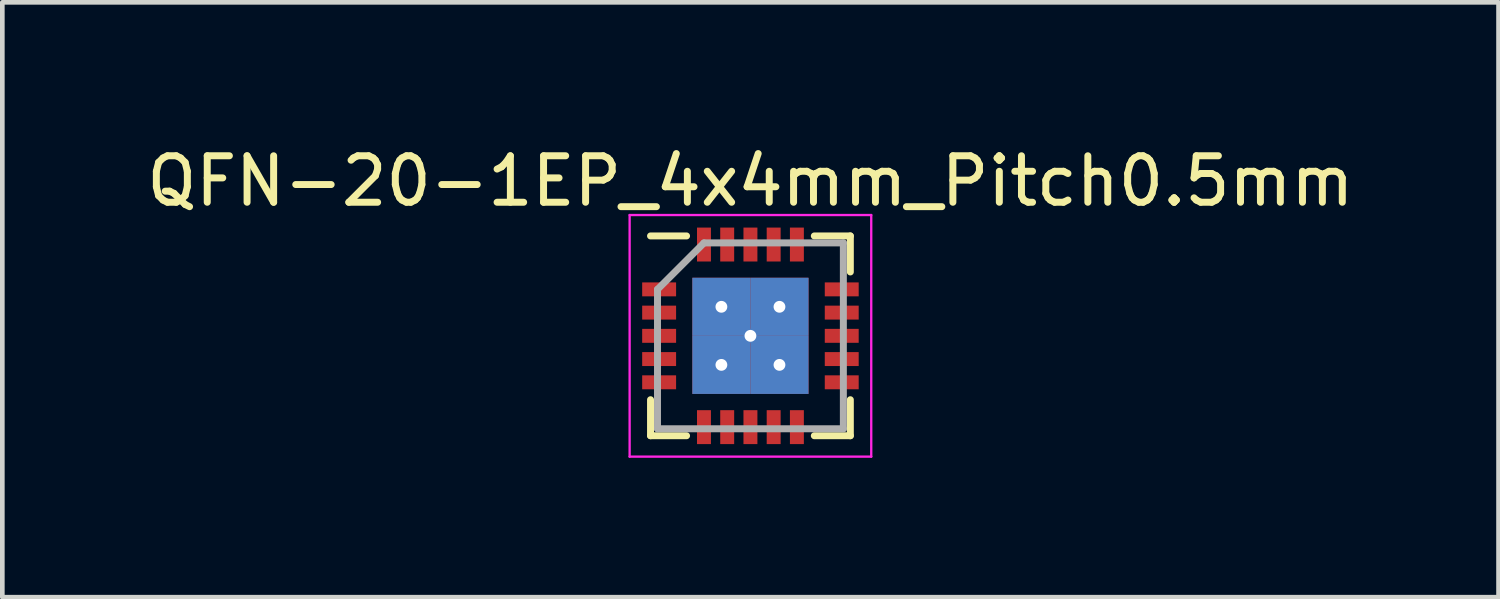
<source format=kicad_pcb>
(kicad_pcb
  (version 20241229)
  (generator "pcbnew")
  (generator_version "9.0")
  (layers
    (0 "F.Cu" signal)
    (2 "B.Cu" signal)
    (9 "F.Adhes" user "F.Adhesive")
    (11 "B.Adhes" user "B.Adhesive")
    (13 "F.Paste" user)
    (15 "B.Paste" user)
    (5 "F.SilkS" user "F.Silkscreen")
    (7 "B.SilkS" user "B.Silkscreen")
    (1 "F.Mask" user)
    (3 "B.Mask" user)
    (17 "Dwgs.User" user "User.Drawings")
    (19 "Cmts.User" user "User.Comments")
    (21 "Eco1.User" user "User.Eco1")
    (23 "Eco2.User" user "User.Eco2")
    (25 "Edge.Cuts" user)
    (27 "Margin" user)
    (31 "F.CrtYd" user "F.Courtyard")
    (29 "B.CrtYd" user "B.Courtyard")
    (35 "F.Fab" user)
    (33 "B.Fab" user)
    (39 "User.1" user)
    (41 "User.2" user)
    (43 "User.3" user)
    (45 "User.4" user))
  (footprint "QFN-20-1EP_4x4mm_Pitch0.5mm"
    (layer "F.Cu")
    (at 13.101 4.178)
    (property "Reference" "QFN-20-1EP_4x4mm_Pitch0.5mm" (at 0 -3.33 0) (layer "F.SilkS") (effects (font (size 1 1) (thickness 0.15))))
    (attr smd)
    (fp_line (start -2.15 -2.15) (end -1.375 -2.15) (stroke (width 0.15) (type solid)) (layer "F.SilkS"))
    (fp_line (start -2.15 2.15) (end -2.15 1.375) (stroke (width 0.15) (type solid)) (layer "F.SilkS"))
    (fp_line (start -2.15 2.15) (end -1.375 2.15) (stroke (width 0.15) (type solid)) (layer "F.SilkS"))
    (fp_line (start 2.15 -2.15) (end 1.375 -2.15) (stroke (width 0.15) (type solid)) (layer "F.SilkS"))
    (fp_line (start 2.15 -2.15) (end 2.15 -1.375) (stroke (width 0.15) (type solid)) (layer "F.SilkS"))
    (fp_line (start 2.15 2.15) (end 1.375 2.15) (stroke (width 0.15) (type solid)) (layer "F.SilkS"))
    (fp_line (start 2.15 2.15) (end 2.15 1.375) (stroke (width 0.15) (type solid)) (layer "F.SilkS"))
    (fp_line (start -2.6 -2.6) (end -2.6 2.6) (stroke (width 0.05) (type solid)) (layer "F.CrtYd"))
    (fp_line (start -2.6 -2.6) (end 2.6 -2.6) (stroke (width 0.05) (type solid)) (layer "F.CrtYd"))
    (fp_line (start -2.6 2.6) (end 2.6 2.6) (stroke (width 0.05) (type solid)) (layer "F.CrtYd"))
    (fp_line (start 2.6 -2.6) (end 2.6 2.6) (stroke (width 0.05) (type solid)) (layer "F.CrtYd"))
    (fp_line (start -2 -1) (end -1 -2) (stroke (width 0.15) (type solid)) (layer "F.Fab"))
    (fp_line (start -2 2) (end -2 -1) (stroke (width 0.15) (type solid)) (layer "F.Fab"))
    (fp_line (start -1 -2) (end 2 -2) (stroke (width 0.15) (type solid)) (layer "F.Fab"))
    (fp_line (start 2 -2) (end 2 2) (stroke (width 0.15) (type solid)) (layer "F.Fab"))
    (fp_line (start 2 2) (end -2 2) (stroke (width 0.15) (type solid)) (layer "F.Fab"))
    (pad "1" smd rect (at -1.965 -1) (size 0.73 0.3) (layers "F.Cu" "F.Mask" "F.Paste"))
    (pad "2" smd rect (at -1.965 -0.5) (size 0.73 0.3) (layers "F.Cu" "F.Mask" "F.Paste"))
    (pad "3" smd rect (at -1.965 0) (size 0.73 0.3) (layers "F.Cu" "F.Mask" "F.Paste"))
    (pad "4" smd rect (at -1.965 0.5) (size 0.73 0.3) (layers "F.Cu" "F.Mask" "F.Paste"))
    (pad "5" smd rect (at -1.965 1) (size 0.73 0.3) (layers "F.Cu" "F.Mask" "F.Paste"))
    (pad "6" smd rect (at -1 1.965 90) (size 0.73 0.3) (layers "F.Cu" "F.Mask" "F.Paste"))
    (pad "7" smd rect (at -0.5 1.965 90) (size 0.73 0.3) (layers "F.Cu" "F.Mask" "F.Paste"))
    (pad "8" smd rect (at 0 1.965 90) (size 0.73 0.3) (layers "F.Cu" "F.Mask" "F.Paste"))
    (pad "9" smd rect (at 0.5 1.965 90) (size 0.73 0.3) (layers "F.Cu" "F.Mask" "F.Paste"))
    (pad "10" smd rect (at 1 1.965 90) (size 0.73 0.3) (layers "F.Cu" "F.Mask" "F.Paste"))
    (pad "11" smd rect (at 1.965 1) (size 0.73 0.3) (layers "F.Cu" "F.Mask" "F.Paste"))
    (pad "12" smd rect (at 1.965 0.5) (size 0.73 0.3) (layers "F.Cu" "F.Mask" "F.Paste"))
    (pad "13" smd rect (at 1.965 0) (size 0.73 0.3) (layers "F.Cu" "F.Mask" "F.Paste"))
    (pad "14" smd rect (at 1.965 -0.5) (size 0.73 0.3) (layers "F.Cu" "F.Mask" "F.Paste"))
    (pad "15" smd rect (at 1.965 -1) (size 0.73 0.3) (layers "F.Cu" "F.Mask" "F.Paste"))
    (pad "16" smd rect (at 1 -1.965 90) (size 0.73 0.3) (layers "F.Cu" "F.Mask" "F.Paste"))
    (pad "17" smd rect (at 0.5 -1.965 90) (size 0.73 0.3) (layers "F.Cu" "F.Mask" "F.Paste"))
    (pad "18" smd rect (at 0 -1.965 90) (size 0.73 0.3) (layers "F.Cu" "F.Mask" "F.Paste"))
    (pad "19" smd rect (at -0.5 -1.965 90) (size 0.73 0.3) (layers "F.Cu" "F.Mask" "F.Paste"))
    (pad "20" smd rect (at -1 -1.965 90) (size 0.73 0.3) (layers "F.Cu" "F.Mask" "F.Paste"))
    (pad "21" thru_hole rect (at -0.625 -0.625) (size 1.25 1.25) (drill 0.254) (layers "*.Cu" "F.Mask" "F.Paste"))
    (pad "21" thru_hole rect (at -0.625 0.625) (size 1.25 1.25) (drill 0.254) (layers "*.Cu" "F.Mask" "F.Paste"))
    (pad "21" thru_hole circle (at 0 0) (size 0.3 0.3) (drill 0.254) (layers "*.Cu" "*.Mask"))
    (pad "21" thru_hole rect (at 0.625 -0.625) (size 1.25 1.25) (drill 0.254) (layers "*.Cu" "F.Mask" "F.Paste"))
    (pad "21" thru_hole rect (at 0.625 0.625) (size 1.25 1.25) (drill 0.254) (layers "*.Cu" "F.Mask" "F.Paste")))
  (gr_rect
    (start -3 -3)
    (end 29.202 9.803)
    (stroke (width 0.1) (type default))
    (fill no)
    (layer "Edge.Cuts")))
</source>
